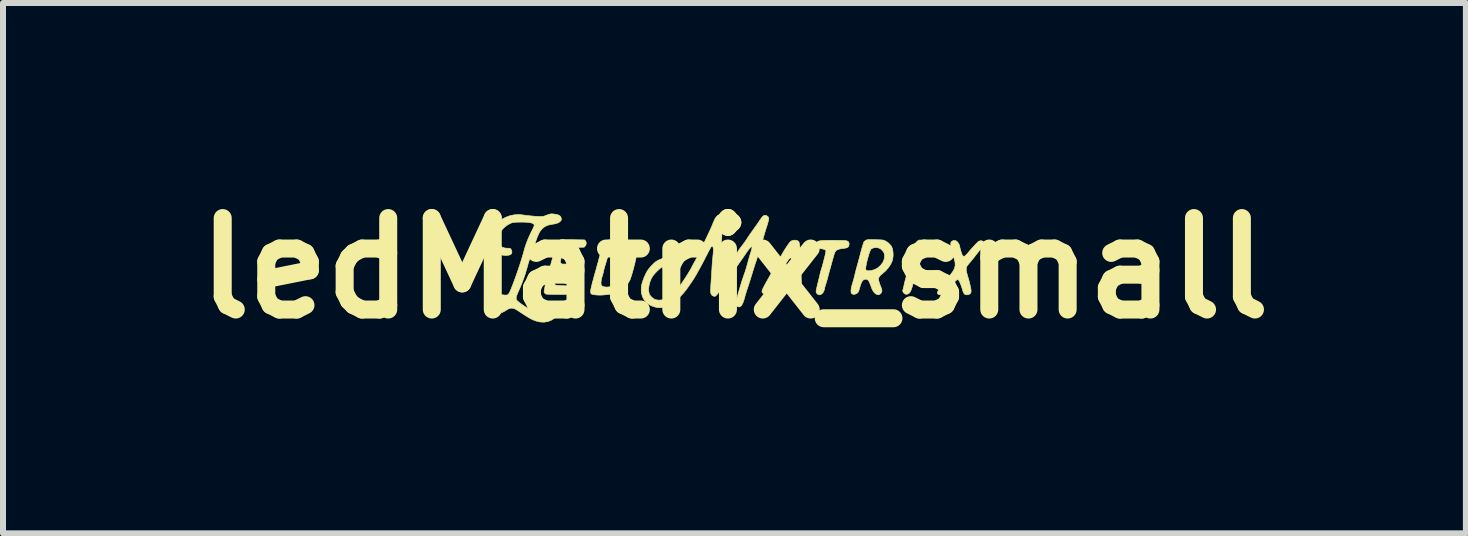
<source format=kicad_pcb>
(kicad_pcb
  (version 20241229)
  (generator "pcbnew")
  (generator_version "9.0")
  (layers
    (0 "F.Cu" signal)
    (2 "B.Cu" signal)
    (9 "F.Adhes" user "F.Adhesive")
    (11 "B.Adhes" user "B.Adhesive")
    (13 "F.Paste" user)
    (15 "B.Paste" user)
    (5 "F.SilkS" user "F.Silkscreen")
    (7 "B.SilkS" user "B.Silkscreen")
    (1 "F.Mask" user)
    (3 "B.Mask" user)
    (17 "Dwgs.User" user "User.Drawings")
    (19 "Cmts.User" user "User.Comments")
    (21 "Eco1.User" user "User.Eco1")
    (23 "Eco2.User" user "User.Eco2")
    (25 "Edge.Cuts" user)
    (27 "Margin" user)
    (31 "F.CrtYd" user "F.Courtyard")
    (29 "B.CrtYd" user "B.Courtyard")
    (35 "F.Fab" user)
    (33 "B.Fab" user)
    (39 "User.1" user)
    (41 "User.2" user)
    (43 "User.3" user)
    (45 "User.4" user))
  (footprint "ledMatrix_small"
    (layer "F.Cu")
    (at 9.188 1.418)
    (property "Reference" "ledMatrix_small" (at 0 0 0) (layer "F.SilkS") (effects (font (size 1.524 1.524) (thickness 0.3))))
    (attr through_hole)
    (fp_poly (pts (xy 3.126 -0.46) (xy 3.14 -0.443) (xy 3.147 -0.419) (xy 3.146 -0.401) (xy 3.14 -0.372) (xy 3.131 -0.334) (xy 3.121 -0.291) (xy 3.109 -0.247) (xy 3.098 -0.206) (xy 3.087 -0.171) (xy 3.086 -0.167) (xy 3.075 -0.132) (xy 3.064 -0.091) (xy 3.054 -0.051) (xy 3.05 -0.038) (xy 3.042 -0.003) (xy 3.031 0.038) (xy 3.02 0.079) (xy 3.013 0.105) (xy 3.002 0.144) (xy 2.991 0.189) (xy 2.98 0.233) (xy 2.975 0.257) (xy 2.964 0.304) (xy 2.95 0.346) (xy 2.936 0.381) (xy 2.92 0.407) (xy 2.906 0.422) (xy 2.879 0.434) (xy 2.852 0.434) (xy 2.835 0.426) (xy 2.821 0.414) (xy 2.809 0.397) (xy 2.803 0.38) (xy 2.804 0.367) (xy 2.804 0.367) (xy 2.807 0.359) (xy 2.812 0.341) (xy 2.818 0.315) (xy 2.825 0.285) (xy 2.826 0.279) (xy 2.835 0.239) (xy 2.847 0.195) (xy 2.858 0.153) (xy 2.867 0.125) (xy 2.878 0.087) (xy 2.89 0.044) (xy 2.901 0.003) (xy 2.905 -0.016) (xy 2.915 -0.054) (xy 2.926 -0.097) (xy 2.938 -0.138) (xy 2.943 -0.156) (xy 2.953 -0.19) (xy 2.965 -0.232) (xy 2.978 -0.275) (xy 2.988 -0.311) (xy 3 -0.355) (xy 3.01 -0.388) (xy 3.02 -0.413) (xy 3.03 -0.431) (xy 3.041 -0.445) (xy 3.053 -0.455) (xy 3.054 -0.456) (xy 3.08 -0.468) (xy 3.105 -0.469) (xy 3.126 -0.46)) (stroke (width 0.01) (type solid)) (fill yes) (layer "F.SilkS"))
    (fp_poly (pts (xy 1.696 -0.463) (xy 1.742 -0.462) (xy 1.783 -0.462) (xy 1.818 -0.461) (xy 1.845 -0.459) (xy 1.862 -0.458) (xy 1.864 -0.457) (xy 1.89 -0.447) (xy 1.905 -0.43) (xy 1.91 -0.406) (xy 1.91 -0.395) (xy 1.905 -0.372) (xy 1.897 -0.356) (xy 1.882 -0.344) (xy 1.859 -0.336) (xy 1.827 -0.33) (xy 1.805 -0.327) (xy 1.761 -0.321) (xy 1.728 -0.312) (xy 1.704 -0.301) (xy 1.686 -0.284) (xy 1.672 -0.261) (xy 1.661 -0.232) (xy 1.654 -0.208) (xy 1.645 -0.176) (xy 1.634 -0.136) (xy 1.621 -0.093) (xy 1.609 -0.046) (xy 1.596 0.000052) (xy 1.583 0.045) (xy 1.572 0.086) (xy 1.563 0.12) (xy 1.556 0.147) (xy 1.553 0.162) (xy 1.545 0.19) (xy 1.535 0.224) (xy 1.525 0.256) (xy 1.524 0.259) (xy 1.515 0.284) (xy 1.509 0.306) (xy 1.505 0.32) (xy 1.505 0.323) (xy 1.501 0.349) (xy 1.49 0.379) (xy 1.476 0.407) (xy 1.463 0.422) (xy 1.439 0.44) (xy 1.415 0.445) (xy 1.392 0.438) (xy 1.377 0.426) (xy 1.369 0.416) (xy 1.363 0.406) (xy 1.36 0.394) (xy 1.361 0.377) (xy 1.365 0.354) (xy 1.372 0.323) (xy 1.381 0.283) (xy 1.391 0.243) (xy 1.402 0.2) (xy 1.412 0.158) (xy 1.419 0.124) (xy 1.42 0.124) (xy 1.428 0.088) (xy 1.439 0.048) (xy 1.449 0.012) (xy 1.454 -0.003) (xy 1.462 -0.028) (xy 1.47 -0.059) (xy 1.48 -0.095) (xy 1.49 -0.134) (xy 1.5 -0.173) (xy 1.509 -0.209) (xy 1.516 -0.241) (xy 1.521 -0.266) (xy 1.524 -0.282) (xy 1.524 -0.285) (xy 1.519 -0.299) (xy 1.505 -0.309) (xy 1.48 -0.317) (xy 1.445 -0.324) (xy 1.41 -0.33) (xy 1.385 -0.338) (xy 1.369 -0.35) (xy 1.359 -0.365) (xy 1.358 -0.367) (xy 1.353 -0.395) (xy 1.36 -0.419) (xy 1.377 -0.438) (xy 1.405 -0.452) (xy 1.43 -0.457) (xy 1.448 -0.459) (xy 1.476 -0.461) (xy 1.513 -0.462) (xy 1.555 -0.462) (xy 1.601 -0.463) (xy 1.649 -0.463) (xy 1.696 -0.463)) (stroke (width 0.01) (type solid)) (fill yes) (layer "F.SilkS"))
    (fp_poly (pts (xy 1.021 -0.465) (xy 1.047 -0.459) (xy 1.066 -0.447) (xy 1.071 -0.441) (xy 1.077 -0.427) (xy 1.083 -0.405) (xy 1.088 -0.373) (xy 1.092 -0.332) (xy 1.096 -0.281) (xy 1.099 -0.219) (xy 1.102 -0.145) (xy 1.105 -0.073) (xy 1.107 -0.016) (xy 1.108 0.041) (xy 1.11 0.095) (xy 1.112 0.145) (xy 1.113 0.188) (xy 1.115 0.222) (xy 1.115 0.239) (xy 1.117 0.29) (xy 1.117 0.331) (xy 1.114 0.362) (xy 1.109 0.386) (xy 1.1 0.404) (xy 1.093 0.413) (xy 1.071 0.43) (xy 1.046 0.435) (xy 1.024 0.431) (xy 1.009 0.425) (xy 0.998 0.415) (xy 0.99 0.398) (xy 0.984 0.374) (xy 0.979 0.34) (xy 0.977 0.324) (xy 0.972 0.278) (xy 0.966 0.243) (xy 0.957 0.217) (xy 0.944 0.2) (xy 0.925 0.19) (xy 0.899 0.184) (xy 0.864 0.183) (xy 0.836 0.183) (xy 0.797 0.184) (xy 0.769 0.187) (xy 0.748 0.191) (xy 0.734 0.196) (xy 0.705 0.215) (xy 0.678 0.243) (xy 0.655 0.278) (xy 0.653 0.281) (xy 0.641 0.304) (xy 0.626 0.328) (xy 0.622 0.334) (xy 0.609 0.355) (xy 0.598 0.376) (xy 0.595 0.382) (xy 0.58 0.407) (xy 0.557 0.422) (xy 0.526 0.428) (xy 0.516 0.429) (xy 0.494 0.428) (xy 0.481 0.424) (xy 0.472 0.416) (xy 0.468 0.411) (xy 0.461 0.401) (xy 0.458 0.392) (xy 0.459 0.381) (xy 0.465 0.363) (xy 0.467 0.357) (xy 0.474 0.339) (xy 0.487 0.313) (xy 0.503 0.282) (xy 0.521 0.248) (xy 0.532 0.229) (xy 0.552 0.194) (xy 0.572 0.159) (xy 0.589 0.128) (xy 0.603 0.102) (xy 0.608 0.093) (xy 0.62 0.07) (xy 0.636 0.041) (xy 0.656 0.008) (xy 0.659 0.003) (xy 0.826 0.003) (xy 0.829 0.019) (xy 0.835 0.028) (xy 0.851 0.036) (xy 0.873 0.038) (xy 0.898 0.036) (xy 0.92 0.028) (xy 0.926 0.025) (xy 0.947 0.005) (xy 0.96 -0.025) (xy 0.965 -0.063) (xy 0.961 -0.111) (xy 0.957 -0.133) (xy 0.95 -0.157) (xy 0.941 -0.169) (xy 0.93 -0.17) (xy 0.915 -0.158) (xy 0.896 -0.136) (xy 0.896 -0.135) (xy 0.877 -0.108) (xy 0.859 -0.078) (xy 0.844 -0.049) (xy 0.832 -0.023) (xy 0.826 -0.003) (xy 0.826 0.003) (xy 0.659 0.003) (xy 0.675 -0.024) (xy 0.676 -0.026) (xy 0.697 -0.059) (xy 0.718 -0.095) (xy 0.737 -0.129) (xy 0.751 -0.156) (xy 0.772 -0.197) (xy 0.796 -0.239) (xy 0.821 -0.282) (xy 0.847 -0.323) (xy 0.872 -0.362) (xy 0.895 -0.395) (xy 0.915 -0.423) (xy 0.931 -0.441) (xy 0.939 -0.449) (xy 0.964 -0.46) (xy 0.992 -0.466) (xy 1.021 -0.465)) (stroke (width 0.01) (type solid)) (fill yes) (layer "F.SilkS"))
    (fp_poly (pts (xy 3.677 -0.459) (xy 3.684 -0.457) (xy 3.702 -0.449) (xy 3.716 -0.437) (xy 3.73 -0.417) (xy 3.732 -0.414) (xy 3.743 -0.394) (xy 3.75 -0.378) (xy 3.752 -0.369) (xy 3.754 -0.354) (xy 3.759 -0.332) (xy 3.767 -0.304) (xy 3.775 -0.275) (xy 3.784 -0.248) (xy 3.792 -0.226) (xy 3.799 -0.212) (xy 3.8 -0.21) (xy 3.812 -0.2) (xy 3.824 -0.197) (xy 3.837 -0.201) (xy 3.854 -0.215) (xy 3.875 -0.237) (xy 3.891 -0.255) (xy 3.93 -0.302) (xy 3.967 -0.343) (xy 4 -0.379) (xy 4.028 -0.409) (xy 4.05 -0.431) (xy 4.066 -0.445) (xy 4.071 -0.448) (xy 4.097 -0.456) (xy 4.121 -0.456) (xy 4.14 -0.447) (xy 4.154 -0.432) (xy 4.159 -0.412) (xy 4.154 -0.389) (xy 4.152 -0.385) (xy 4.145 -0.375) (xy 4.132 -0.357) (xy 4.115 -0.335) (xy 4.096 -0.311) (xy 4.071 -0.28) (xy 4.044 -0.246) (xy 4.018 -0.213) (xy 4.005 -0.195) (xy 3.981 -0.165) (xy 3.953 -0.131) (xy 3.927 -0.099) (xy 3.917 -0.088) (xy 3.898 -0.065) (xy 3.882 -0.044) (xy 3.871 -0.028) (xy 3.867 -0.021) (xy 3.862 0.002) (xy 3.862 0.031) (xy 3.868 0.068) (xy 3.88 0.114) (xy 3.883 0.125) (xy 3.899 0.177) (xy 3.913 0.228) (xy 3.924 0.276) (xy 3.934 0.317) (xy 3.94 0.352) (xy 3.943 0.376) (xy 3.943 0.381) (xy 3.939 0.409) (xy 3.925 0.428) (xy 3.901 0.44) (xy 3.884 0.443) (xy 3.86 0.443) (xy 3.841 0.438) (xy 3.826 0.425) (xy 3.814 0.403) (xy 3.802 0.37) (xy 3.797 0.352) (xy 3.788 0.32) (xy 3.775 0.284) (xy 3.762 0.252) (xy 3.762 0.251) (xy 3.75 0.226) (xy 3.74 0.207) (xy 3.731 0.195) (xy 3.72 0.191) (xy 3.707 0.194) (xy 3.691 0.206) (xy 3.671 0.226) (xy 3.646 0.256) (xy 3.614 0.295) (xy 3.604 0.308) (xy 3.568 0.351) (xy 3.538 0.386) (xy 3.515 0.412) (xy 3.497 0.429) (xy 3.489 0.435) (xy 3.465 0.442) (xy 3.438 0.445) (xy 3.413 0.442) (xy 3.394 0.435) (xy 3.391 0.432) (xy 3.381 0.419) (xy 3.38 0.405) (xy 3.386 0.389) (xy 3.4 0.366) (xy 3.407 0.358) (xy 3.42 0.34) (xy 3.439 0.315) (xy 3.462 0.285) (xy 3.487 0.253) (xy 3.508 0.225) (xy 3.534 0.191) (xy 3.56 0.157) (xy 3.585 0.126) (xy 3.606 0.099) (xy 3.618 0.084) (xy 3.648 0.041) (xy 3.668 -0.001) (xy 3.677 -0.044) (xy 3.676 -0.09) (xy 3.665 -0.142) (xy 3.661 -0.153) (xy 3.654 -0.179) (xy 3.645 -0.213) (xy 3.635 -0.252) (xy 3.625 -0.292) (xy 3.622 -0.304) (xy 3.612 -0.347) (xy 3.606 -0.38) (xy 3.604 -0.405) (xy 3.605 -0.423) (xy 3.611 -0.436) (xy 3.621 -0.446) (xy 3.634 -0.454) (xy 3.649 -0.461) (xy 3.662 -0.463) (xy 3.677 -0.459)) (stroke (width 0.01) (type solid)) (fill yes) (layer "F.SilkS"))
    (fp_poly (pts (xy -2.756 -0.475) (xy -2.699 -0.474) (xy -2.687 -0.474) (xy -2.64 -0.473) (xy -2.597 -0.472) (xy -2.559 -0.472) (xy -2.529 -0.471) (xy -2.508 -0.471) (xy -2.498 -0.47) (xy -2.497 -0.47) (xy -2.493 -0.466) (xy -2.483 -0.456) (xy -2.472 -0.435) (xy -2.47 -0.41) (xy -2.476 -0.385) (xy -2.488 -0.368) (xy -2.505 -0.349) (xy -2.629 -0.346) (xy -2.683 -0.344) (xy -2.726 -0.342) (xy -2.759 -0.339) (xy -2.785 -0.335) (xy -2.804 -0.33) (xy -2.818 -0.324) (xy -2.83 -0.316) (xy -2.834 -0.313) (xy -2.847 -0.294) (xy -2.861 -0.263) (xy -2.875 -0.22) (xy -2.889 -0.165) (xy -2.893 -0.144) (xy -2.899 -0.119) (xy -2.901 -0.104) (xy -2.9 -0.094) (xy -2.896 -0.087) (xy -2.89 -0.081) (xy -2.881 -0.073) (xy -2.869 -0.069) (xy -2.852 -0.068) (xy -2.833 -0.068) (xy -2.805 -0.069) (xy -2.772 -0.068) (xy -2.739 -0.066) (xy -2.737 -0.066) (xy -2.71 -0.064) (xy -2.692 -0.06) (xy -2.68 -0.055) (xy -2.669 -0.048) (xy -2.666 -0.044) (xy -2.654 -0.029) (xy -2.649 -0.013) (xy -2.648 0.003) (xy -2.649 0.026) (xy -2.654 0.044) (xy -2.665 0.057) (xy -2.681 0.066) (xy -2.706 0.072) (xy -2.74 0.075) (xy -2.785 0.076) (xy -2.8 0.076) (xy -2.849 0.077) (xy -2.887 0.08) (xy -2.917 0.085) (xy -2.939 0.095) (xy -2.955 0.109) (xy -2.968 0.129) (xy -2.979 0.155) (xy -2.982 0.163) (xy -2.994 0.205) (xy -2.999 0.239) (xy -2.996 0.264) (xy -2.985 0.28) (xy -2.979 0.283) (xy -2.97 0.285) (xy -2.95 0.287) (xy -2.922 0.289) (xy -2.888 0.291) (xy -2.857 0.292) (xy -2.804 0.295) (xy -2.763 0.299) (xy -2.731 0.305) (xy -2.709 0.312) (xy -2.693 0.323) (xy -2.684 0.337) (xy -2.68 0.354) (xy -2.68 0.365) (xy -2.682 0.386) (xy -2.688 0.403) (xy -2.69 0.405) (xy -2.696 0.414) (xy -2.704 0.421) (xy -2.713 0.427) (xy -2.726 0.431) (xy -2.743 0.434) (xy -2.767 0.436) (xy -2.798 0.437) (xy -2.838 0.438) (xy -2.889 0.438) (xy -2.932 0.438) (xy -2.981 0.437) (xy -3.027 0.437) (xy -3.067 0.436) (xy -3.1 0.435) (xy -3.125 0.434) (xy -3.139 0.432) (xy -3.141 0.432) (xy -3.155 0.422) (xy -3.166 0.41) (xy -3.169 0.404) (xy -3.171 0.397) (xy -3.172 0.387) (xy -3.17 0.372) (xy -3.166 0.35) (xy -3.16 0.32) (xy -3.153 0.281) (xy -3.143 0.239) (xy -3.133 0.194) (xy -3.122 0.152) (xy -3.112 0.116) (xy -3.107 0.099) (xy -3.08 0.01) (xy -3.054 -0.086) (xy -3.026 -0.189) (xy -3.01 -0.255) (xy -2.996 -0.308) (xy -2.984 -0.35) (xy -2.974 -0.383) (xy -2.965 -0.408) (xy -2.957 -0.426) (xy -2.948 -0.439) (xy -2.939 -0.448) (xy -2.929 -0.456) (xy -2.919 -0.463) (xy -2.906 -0.468) (xy -2.889 -0.471) (xy -2.867 -0.474) (xy -2.839 -0.475) (xy -2.802 -0.475) (xy -2.756 -0.475)) (stroke (width 0.01) (type solid)) (fill yes) (layer "F.SilkS"))
    (fp_poly (pts (xy -1.957 -0.474) (xy -1.911 -0.471) (xy -1.86 -0.467) (xy -1.819 -0.462) (xy -1.786 -0.454) (xy -1.759 -0.444) (xy -1.736 -0.43) (xy -1.713 -0.412) (xy -1.701 -0.401) (xy -1.671 -0.366) (xy -1.652 -0.329) (xy -1.641 -0.288) (xy -1.637 -0.239) (xy -1.637 -0.235) (xy -1.638 -0.206) (xy -1.64 -0.177) (xy -1.643 -0.155) (xy -1.644 -0.152) (xy -1.656 -0.098) (xy -1.67 -0.042) (xy -1.684 0.013) (xy -1.699 0.065) (xy -1.713 0.114) (xy -1.727 0.155) (xy -1.738 0.188) (xy -1.746 0.206) (xy -1.772 0.25) (xy -1.805 0.291) (xy -1.848 0.332) (xy -1.851 0.334) (xy -1.887 0.364) (xy -1.921 0.387) (xy -1.955 0.405) (xy -1.992 0.418) (xy -2.034 0.428) (xy -2.084 0.436) (xy -2.125 0.441) (xy -2.167 0.445) (xy -2.2 0.448) (xy -2.228 0.449) (xy -2.255 0.449) (xy -2.284 0.448) (xy -2.318 0.445) (xy -2.343 0.442) (xy -2.365 0.438) (xy -2.379 0.433) (xy -2.379 0.433) (xy -2.391 0.423) (xy -2.396 0.407) (xy -2.397 0.384) (xy -2.393 0.352) (xy -2.385 0.314) (xy -2.381 0.297) (xy -2.377 0.281) (xy -2.373 0.265) (xy -2.368 0.247) (xy -2.366 0.236) (xy -2.224 0.236) (xy -2.223 0.267) (xy -2.217 0.287) (xy -2.202 0.3) (xy -2.179 0.309) (xy -2.171 0.311) (xy -2.15 0.314) (xy -2.133 0.316) (xy -2.115 0.315) (xy -2.092 0.312) (xy -2.069 0.308) (xy -2.011 0.292) (xy -1.959 0.265) (xy -1.916 0.229) (xy -1.881 0.182) (xy -1.864 0.15) (xy -1.842 0.098) (xy -1.823 0.038) (xy -1.805 -0.027) (xy -1.791 -0.093) (xy -1.785 -0.129) (xy -1.779 -0.176) (xy -1.777 -0.213) (xy -1.779 -0.242) (xy -1.786 -0.265) (xy -1.799 -0.284) (xy -1.817 -0.301) (xy -1.824 -0.307) (xy -1.845 -0.32) (xy -1.867 -0.329) (xy -1.894 -0.334) (xy -1.929 -0.336) (xy -1.952 -0.336) (xy -1.993 -0.335) (xy -2.024 -0.331) (xy -2.047 -0.323) (xy -2.066 -0.309) (xy -2.08 -0.288) (xy -2.092 -0.257) (xy -2.105 -0.217) (xy -2.108 -0.205) (xy -2.119 -0.167) (xy -2.131 -0.125) (xy -2.143 -0.085) (xy -2.149 -0.064) (xy -2.16 -0.03) (xy -2.17 0.005) (xy -2.178 0.037) (xy -2.181 0.051) (xy -2.188 0.083) (xy -2.198 0.118) (xy -2.207 0.146) (xy -2.215 0.176) (xy -2.221 0.209) (xy -2.224 0.236) (xy -2.366 0.236) (xy -2.363 0.226) (xy -2.356 0.202) (xy -2.348 0.172) (xy -2.339 0.137) (xy -2.327 0.094) (xy -2.312 0.042) (xy -2.295 -0.02) (xy -2.275 -0.092) (xy -2.273 -0.098) (xy -2.261 -0.145) (xy -2.249 -0.188) (xy -2.239 -0.226) (xy -2.231 -0.257) (xy -2.225 -0.28) (xy -2.223 -0.292) (xy -2.222 -0.294) (xy -2.22 -0.308) (xy -2.214 -0.329) (xy -2.205 -0.356) (xy -2.194 -0.383) (xy -2.183 -0.408) (xy -2.181 -0.414) (xy -2.168 -0.433) (xy -2.151 -0.449) (xy -2.128 -0.461) (xy -2.098 -0.469) (xy -2.061 -0.473) (xy -2.014 -0.475) (xy -1.957 -0.474)) (stroke (width 0.01) (type solid)) (fill yes) (layer "F.SilkS"))
    (fp_poly (pts (xy 2.293 -0.475) (xy 2.336 -0.475) (xy 2.344 -0.474) (xy 2.388 -0.473) (xy 2.422 -0.472) (xy 2.447 -0.471) (xy 2.466 -0.469) (xy 2.481 -0.466) (xy 2.493 -0.463) (xy 2.505 -0.458) (xy 2.51 -0.455) (xy 2.548 -0.433) (xy 2.583 -0.403) (xy 2.611 -0.37) (xy 2.62 -0.354) (xy 2.634 -0.317) (xy 2.641 -0.272) (xy 2.644 -0.224) (xy 2.64 -0.175) (xy 2.631 -0.129) (xy 2.627 -0.117) (xy 2.601 -0.061) (xy 2.563 -0.006) (xy 2.516 0.048) (xy 2.459 0.097) (xy 2.456 0.1) (xy 2.426 0.126) (xy 2.408 0.151) (xy 2.401 0.175) (xy 2.4 0.18) (xy 2.403 0.204) (xy 2.411 0.235) (xy 2.423 0.272) (xy 2.438 0.309) (xy 2.451 0.344) (xy 2.457 0.371) (xy 2.455 0.393) (xy 2.446 0.412) (xy 2.436 0.423) (xy 2.416 0.439) (xy 2.396 0.444) (xy 2.373 0.438) (xy 2.363 0.434) (xy 2.335 0.414) (xy 2.31 0.382) (xy 2.289 0.34) (xy 2.28 0.316) (xy 2.264 0.272) (xy 2.25 0.239) (xy 2.238 0.215) (xy 2.225 0.199) (xy 2.212 0.189) (xy 2.197 0.185) (xy 2.184 0.184) (xy 2.162 0.188) (xy 2.143 0.2) (xy 2.126 0.22) (xy 2.111 0.251) (xy 2.096 0.293) (xy 2.09 0.318) (xy 2.079 0.354) (xy 2.07 0.381) (xy 2.06 0.4) (xy 2.049 0.413) (xy 2.035 0.423) (xy 2.032 0.425) (xy 2.003 0.436) (xy 1.976 0.436) (xy 1.955 0.426) (xy 1.944 0.41) (xy 1.941 0.383) (xy 1.944 0.346) (xy 1.953 0.301) (xy 1.965 0.259) (xy 1.976 0.223) (xy 1.988 0.181) (xy 1.999 0.138) (xy 2.006 0.108) (xy 2.015 0.073) (xy 2.024 0.037) (xy 2.028 0.018) (xy 2.186 0.018) (xy 2.187 0.022) (xy 2.196 0.035) (xy 2.215 0.043) (xy 2.245 0.044) (xy 2.285 0.038) (xy 2.287 0.038) (xy 2.34 0.022) (xy 2.388 -0.005) (xy 2.431 -0.042) (xy 2.466 -0.087) (xy 2.48 -0.112) (xy 2.494 -0.15) (xy 2.501 -0.189) (xy 2.5 -0.227) (xy 2.495 -0.245) (xy 2.482 -0.272) (xy 2.46 -0.298) (xy 2.434 -0.321) (xy 2.416 -0.331) (xy 2.386 -0.34) (xy 2.353 -0.343) (xy 2.322 -0.339) (xy 2.294 -0.329) (xy 2.274 -0.315) (xy 2.271 -0.31) (xy 2.261 -0.291) (xy 2.25 -0.263) (xy 2.239 -0.228) (xy 2.227 -0.188) (xy 2.215 -0.146) (xy 2.205 -0.104) (xy 2.197 -0.064) (xy 2.19 -0.029) (xy 2.187 -0.001) (xy 2.186 0.018) (xy 2.028 0.018) (xy 2.032 0.006) (xy 2.038 -0.016) (xy 2.043 -0.034) (xy 2.051 -0.062) (xy 2.061 -0.098) (xy 2.072 -0.14) (xy 2.085 -0.187) (xy 2.097 -0.235) (xy 2.099 -0.241) (xy 2.111 -0.288) (xy 2.123 -0.331) (xy 2.134 -0.369) (xy 2.144 -0.401) (xy 2.151 -0.423) (xy 2.156 -0.436) (xy 2.157 -0.437) (xy 2.171 -0.451) (xy 2.189 -0.464) (xy 2.191 -0.465) (xy 2.199 -0.469) (xy 2.209 -0.472) (xy 2.221 -0.474) (xy 2.238 -0.475) (xy 2.261 -0.476) (xy 2.293 -0.475)) (stroke (width 0.01) (type solid)) (fill yes) (layer "F.SilkS"))
    (fp_poly (pts (xy -3.014 -0.902) (xy -3.005 -0.901) (xy -2.983 -0.897) (xy -2.964 -0.894) (xy -2.955 -0.892) (xy -2.93 -0.884) (xy -2.907 -0.869) (xy -2.893 -0.851) (xy -2.884 -0.825) (xy -2.886 -0.802) (xy -2.902 -0.78) (xy -2.904 -0.778) (xy -2.926 -0.761) (xy -2.957 -0.748) (xy -2.998 -0.737) (xy -3.045 -0.73) (xy -3.104 -0.717) (xy -3.155 -0.695) (xy -3.197 -0.664) (xy -3.233 -0.622) (xy -3.236 -0.618) (xy -3.248 -0.599) (xy -3.258 -0.579) (xy -3.269 -0.556) (xy -3.281 -0.529) (xy -3.294 -0.495) (xy -3.309 -0.453) (xy -3.326 -0.402) (xy -3.345 -0.346) (xy -3.36 -0.301) (xy -3.374 -0.257) (xy -3.389 -0.216) (xy -3.401 -0.18) (xy -3.411 -0.153) (xy -3.414 -0.144) (xy -3.425 -0.113) (xy -3.437 -0.075) (xy -3.448 -0.037) (xy -3.454 -0.013) (xy -3.47 0.042) (xy -3.489 0.105) (xy -3.512 0.171) (xy -3.536 0.236) (xy -3.56 0.295) (xy -3.575 0.331) (xy -3.598 0.382) (xy -3.616 0.422) (xy -3.628 0.455) (xy -3.635 0.48) (xy -3.638 0.5) (xy -3.636 0.516) (xy -3.63 0.53) (xy -3.62 0.543) (xy -3.612 0.55) (xy -3.582 0.575) (xy -3.544 0.603) (xy -3.5 0.633) (xy -3.453 0.664) (xy -3.404 0.693) (xy -3.358 0.719) (xy -3.316 0.741) (xy -3.302 0.747) (xy -3.265 0.761) (xy -3.227 0.771) (xy -3.193 0.776) (xy -3.165 0.775) (xy -3.165 0.775) (xy -3.143 0.77) (xy -3.123 0.761) (xy -3.102 0.747) (xy -3.076 0.726) (xy -3.056 0.708) (xy -3.033 0.689) (xy -3.017 0.676) (xy -3.004 0.67) (xy -2.992 0.667) (xy -2.985 0.667) (xy -2.962 0.671) (xy -2.947 0.683) (xy -2.939 0.701) (xy -2.939 0.724) (xy -2.946 0.75) (xy -2.959 0.777) (xy -2.977 0.804) (xy -3 0.83) (xy -3.028 0.853) (xy -3.057 0.87) (xy -3.114 0.891) (xy -3.174 0.9) (xy -3.236 0.897) (xy -3.273 0.889) (xy -3.301 0.882) (xy -3.326 0.873) (xy -3.351 0.864) (xy -3.377 0.852) (xy -3.405 0.837) (xy -3.437 0.819) (xy -3.475 0.795) (xy -3.52 0.767) (xy -3.573 0.732) (xy -3.589 0.721) (xy -3.62 0.701) (xy -3.643 0.687) (xy -3.661 0.678) (xy -3.676 0.672) (xy -3.69 0.669) (xy -3.702 0.668) (xy -3.719 0.667) (xy -3.734 0.668) (xy -3.75 0.673) (xy -3.768 0.681) (xy -3.791 0.693) (xy -3.822 0.712) (xy -3.827 0.716) (xy -3.882 0.744) (xy -3.939 0.763) (xy -3.995 0.772) (xy -4.048 0.772) (xy -4.066 0.769) (xy -4.1 0.758) (xy -4.124 0.742) (xy -4.144 0.717) (xy -4.148 0.709) (xy -4.161 0.671) (xy -4.162 0.63) (xy -4.16 0.625) (xy -4.018 0.625) (xy -4.017 0.636) (xy -4.006 0.643) (xy -4.005 0.643) (xy -3.98 0.644) (xy -3.952 0.638) (xy -3.937 0.632) (xy -3.916 0.618) (xy -3.904 0.603) (xy -3.901 0.59) (xy -3.903 0.585) (xy -3.915 0.577) (xy -3.934 0.572) (xy -3.956 0.572) (xy -3.966 0.574) (xy -3.985 0.582) (xy -4.002 0.595) (xy -4.013 0.61) (xy -4.018 0.625) (xy -4.16 0.625) (xy -4.152 0.589) (xy -4.131 0.549) (xy -4.102 0.514) (xy -4.073 0.49) (xy -4.041 0.471) (xy -4.002 0.457) (xy -3.965 0.448) (xy -3.937 0.442) (xy -3.914 0.44) (xy -3.89 0.441) (xy -3.86 0.445) (xy -3.825 0.449) (xy -3.8 0.449) (xy -3.782 0.445) (xy -3.769 0.436) (xy -3.757 0.421) (xy -3.756 0.42) (xy -3.747 0.404) (xy -3.735 0.376) (xy -3.719 0.339) (xy -3.702 0.295) (xy -3.683 0.245) (xy -3.662 0.189) (xy -3.641 0.131) (xy -3.62 0.071) (xy -3.599 0.01) (xy -3.579 -0.049) (xy -3.561 -0.105) (xy -3.545 -0.157) (xy -3.531 -0.204) (xy -3.52 -0.241) (xy -3.494 -0.335) (xy -3.466 -0.42) (xy -3.433 -0.502) (xy -3.395 -0.585) (xy -3.373 -0.628) (xy -3.354 -0.667) (xy -3.342 -0.696) (xy -3.336 -0.714) (xy -3.336 -0.721) (xy -3.347 -0.736) (xy -3.37 -0.749) (xy -3.404 -0.758) (xy -3.451 -0.764) (xy -3.511 -0.767) (xy -3.576 -0.767) (xy -3.618 -0.766) (xy -3.649 -0.765) (xy -3.673 -0.763) (xy -3.692 -0.76) (xy -3.707 -0.756) (xy -3.722 -0.751) (xy -3.774 -0.725) (xy -3.821 -0.691) (xy -3.863 -0.652) (xy -3.897 -0.609) (xy -3.923 -0.563) (xy -3.938 -0.516) (xy -3.942 -0.493) (xy -3.942 -0.454) (xy -3.934 -0.421) (xy -3.916 -0.392) (xy -3.904 -0.377) (xy -3.874 -0.352) (xy -3.839 -0.338) (xy -3.796 -0.332) (xy -3.779 -0.332) (xy -3.757 -0.332) (xy -3.743 -0.33) (xy -3.733 -0.325) (xy -3.724 -0.316) (xy -3.712 -0.294) (xy -3.708 -0.269) (xy -3.714 -0.245) (xy -3.72 -0.236) (xy -3.736 -0.224) (xy -3.763 -0.216) (xy -3.795 -0.212) (xy -3.831 -0.213) (xy -3.867 -0.217) (xy -3.902 -0.226) (xy -3.926 -0.236) (xy -3.953 -0.253) (xy -3.982 -0.278) (xy -4.009 -0.306) (xy -4.031 -0.334) (xy -4.042 -0.352) (xy -4.056 -0.391) (xy -4.066 -0.438) (xy -4.07 -0.485) (xy -4.069 -0.512) (xy -4.062 -0.547) (xy -4.048 -0.587) (xy -4.028 -0.631) (xy -4.004 -0.675) (xy -3.977 -0.716) (xy -3.949 -0.751) (xy -3.929 -0.771) (xy -3.874 -0.814) (xy -3.811 -0.848) (xy -3.743 -0.873) (xy -3.673 -0.888) (xy -3.603 -0.893) (xy -3.553 -0.89) (xy -3.466 -0.878) (xy -3.389 -0.87) (xy -3.323 -0.864) (xy -3.269 -0.861) (xy -3.254 -0.861) (xy -3.222 -0.861) (xy -3.199 -0.862) (xy -3.18 -0.865) (xy -3.161 -0.871) (xy -3.139 -0.879) (xy -3.137 -0.88) (xy -3.1 -0.894) (xy -3.07 -0.902) (xy -3.043 -0.905) (xy -3.014 -0.902)) (stroke (width 0.01) (type solid)) (fill yes) (layer "F.SilkS"))
    (fp_poly (pts (xy -0.228 -0.879) (xy -0.213 -0.868) (xy -0.204 -0.848) (xy -0.2 -0.833) (xy -0.199 -0.819) (xy -0.199 -0.794) (xy -0.199 -0.759) (xy -0.201 -0.718) (xy -0.203 -0.67) (xy -0.205 -0.619) (xy -0.209 -0.565) (xy -0.212 -0.511) (xy -0.216 -0.458) (xy -0.221 -0.408) (xy -0.222 -0.391) (xy -0.226 -0.345) (xy -0.23 -0.297) (xy -0.234 -0.251) (xy -0.237 -0.211) (xy -0.238 -0.184) (xy -0.241 -0.144) (xy -0.244 -0.097) (xy -0.248 -0.051) (xy -0.25 -0.022) (xy -0.254 0.025) (xy -0.256 0.06) (xy -0.255 0.086) (xy -0.251 0.104) (xy -0.244 0.114) (xy -0.244 0.115) (xy -0.234 0.117) (xy -0.22 0.108) (xy -0.201 0.089) (xy -0.178 0.059) (xy -0.149 0.019) (xy -0.145 0.013) (xy -0.122 -0.02) (xy -0.095 -0.058) (xy -0.068 -0.096) (xy -0.048 -0.124) (xy -0.023 -0.157) (xy 0.003 -0.195) (xy 0.028 -0.232) (xy 0.045 -0.259) (xy 0.067 -0.293) (xy 0.092 -0.329) (xy 0.118 -0.364) (xy 0.131 -0.381) (xy 0.154 -0.411) (xy 0.177 -0.443) (xy 0.198 -0.473) (xy 0.207 -0.487) (xy 0.221 -0.509) (xy 0.24 -0.537) (xy 0.263 -0.571) (xy 0.289 -0.607) (xy 0.311 -0.638) (xy 0.337 -0.675) (xy 0.364 -0.713) (xy 0.39 -0.75) (xy 0.412 -0.782) (xy 0.425 -0.803) (xy 0.449 -0.836) (xy 0.468 -0.86) (xy 0.486 -0.874) (xy 0.503 -0.88) (xy 0.521 -0.879) (xy 0.531 -0.876) (xy 0.555 -0.863) (xy 0.568 -0.842) (xy 0.572 -0.821) (xy 0.57 -0.808) (xy 0.564 -0.786) (xy 0.557 -0.757) (xy 0.547 -0.723) (xy 0.541 -0.704) (xy 0.527 -0.662) (xy 0.513 -0.615) (xy 0.499 -0.57) (xy 0.488 -0.531) (xy 0.486 -0.524) (xy 0.475 -0.486) (xy 0.462 -0.447) (xy 0.45 -0.41) (xy 0.441 -0.383) (xy 0.431 -0.354) (xy 0.419 -0.317) (xy 0.408 -0.277) (xy 0.398 -0.24) (xy 0.388 -0.203) (xy 0.376 -0.164) (xy 0.365 -0.129) (xy 0.356 -0.102) (xy 0.348 -0.081) (xy 0.338 -0.05) (xy 0.326 -0.012) (xy 0.312 0.032) (xy 0.298 0.078) (xy 0.286 0.118) (xy 0.271 0.166) (xy 0.256 0.213) (xy 0.242 0.257) (xy 0.23 0.296) (xy 0.219 0.327) (xy 0.213 0.345) (xy 0.202 0.378) (xy 0.19 0.417) (xy 0.178 0.457) (xy 0.171 0.484) (xy 0.155 0.54) (xy 0.139 0.583) (xy 0.122 0.614) (xy 0.105 0.635) (xy 0.086 0.645) (xy 0.065 0.645) (xy 0.055 0.642) (xy 0.037 0.629) (xy 0.026 0.606) (xy 0.024 0.578) (xy 0.026 0.563) (xy 0.031 0.538) (xy 0.04 0.504) (xy 0.051 0.463) (xy 0.063 0.417) (xy 0.078 0.367) (xy 0.093 0.316) (xy 0.109 0.264) (xy 0.124 0.214) (xy 0.14 0.167) (xy 0.154 0.125) (xy 0.166 0.091) (xy 0.177 0.061) (xy 0.189 0.022) (xy 0.202 -0.02) (xy 0.213 -0.061) (xy 0.216 -0.071) (xy 0.227 -0.113) (xy 0.24 -0.159) (xy 0.253 -0.204) (xy 0.265 -0.243) (xy 0.267 -0.248) (xy 0.279 -0.288) (xy 0.287 -0.316) (xy 0.291 -0.337) (xy 0.291 -0.349) (xy 0.289 -0.357) (xy 0.287 -0.358) (xy 0.279 -0.356) (xy 0.265 -0.344) (xy 0.246 -0.322) (xy 0.223 -0.292) (xy 0.196 -0.255) (xy 0.19 -0.244) (xy 0.174 -0.222) (xy 0.153 -0.191) (xy 0.127 -0.153) (xy 0.097 -0.111) (xy 0.066 -0.066) (xy 0.033 -0.019) (xy 0.015 0.006) (xy -0.016 0.052) (xy -0.048 0.097) (xy -0.077 0.139) (xy -0.103 0.178) (xy -0.125 0.21) (xy -0.142 0.236) (xy -0.149 0.246) (xy -0.169 0.278) (xy -0.196 0.316) (xy -0.225 0.356) (xy -0.254 0.395) (xy -0.282 0.43) (xy -0.302 0.453) (xy -0.314 0.465) (xy -0.327 0.469) (xy -0.341 0.468) (xy -0.365 0.46) (xy -0.382 0.444) (xy -0.393 0.421) (xy -0.396 0.41) (xy -0.397 0.396) (xy -0.398 0.377) (xy -0.397 0.35) (xy -0.395 0.315) (xy -0.393 0.269) (xy -0.391 0.244) (xy -0.388 0.194) (xy -0.384 0.14) (xy -0.381 0.086) (xy -0.378 0.037) (xy -0.375 -0.004) (xy -0.375 -0.013) (xy -0.372 -0.058) (xy -0.368 -0.109) (xy -0.363 -0.159) (xy -0.359 -0.203) (xy -0.358 -0.212) (xy -0.354 -0.254) (xy -0.352 -0.286) (xy -0.352 -0.31) (xy -0.354 -0.331) (xy -0.358 -0.35) (xy -0.36 -0.357) (xy -0.366 -0.367) (xy -0.377 -0.365) (xy -0.39 -0.353) (xy -0.391 -0.351) (xy -0.398 -0.34) (xy -0.409 -0.32) (xy -0.424 -0.293) (xy -0.442 -0.259) (xy -0.461 -0.221) (xy -0.475 -0.194) (xy -0.497 -0.151) (xy -0.519 -0.108) (xy -0.54 -0.069) (xy -0.558 -0.034) (xy -0.573 -0.007) (xy -0.578 0.003) (xy -0.597 0.036) (xy -0.618 0.074) (xy -0.638 0.109) (xy -0.643 0.117) (xy -0.667 0.159) (xy -0.697 0.205) (xy -0.73 0.254) (xy -0.764 0.303) (xy -0.797 0.349) (xy -0.828 0.389) (xy -0.854 0.421) (xy -0.855 0.422) (xy -0.915 0.485) (xy -0.976 0.539) (xy -1.037 0.584) (xy -1.097 0.619) (xy -1.155 0.643) (xy -1.186 0.651) (xy -1.222 0.658) (xy -1.253 0.659) (xy -1.284 0.656) (xy -1.312 0.651) (xy -1.373 0.632) (xy -1.427 0.604) (xy -1.472 0.568) (xy -1.508 0.524) (xy -1.534 0.474) (xy -1.549 0.417) (xy -1.551 0.409) (xy -1.554 0.362) (xy -1.552 0.316) (xy -1.544 0.267) (xy -1.528 0.215) (xy -1.506 0.155) (xy -1.498 0.138) (xy -1.477 0.091) (xy -1.456 0.052) (xy -1.433 0.018) (xy -1.405 -0.016) (xy -1.372 -0.051) (xy -1.344 -0.079) (xy -1.322 -0.099) (xy -1.301 -0.114) (xy -1.28 -0.127) (xy -1.257 -0.138) (xy -1.201 -0.161) (xy -1.15 -0.173) (xy -1.104 -0.174) (xy -1.062 -0.164) (xy -1.028 -0.146) (xy -0.997 -0.119) (xy -0.973 -0.085) (xy -0.958 -0.047) (xy -0.952 -0.007) (xy -0.955 0.032) (xy -0.968 0.068) (xy -0.986 0.094) (xy -1.003 0.105) (xy -1.025 0.108) (xy -1.045 0.104) (xy -1.056 0.096) (xy -1.063 0.084) (xy -1.07 0.064) (xy -1.076 0.041) (xy -1.082 0.012) (xy -1.087 -0.008) (xy -1.093 -0.02) (xy -1.101 -0.029) (xy -1.109 -0.035) (xy -1.133 -0.045) (xy -1.16 -0.044) (xy -1.19 -0.031) (xy -1.206 -0.021) (xy -1.233 -0.000499) (xy -1.264 0.027) (xy -1.297 0.058) (xy -1.327 0.09) (xy -1.352 0.119) (xy -1.367 0.14) (xy -1.391 0.185) (xy -1.41 0.234) (xy -1.423 0.285) (xy -1.43 0.335) (xy -1.43 0.381) (xy -1.422 0.421) (xy -1.414 0.443) (xy -1.399 0.463) (xy -1.378 0.485) (xy -1.353 0.505) (xy -1.333 0.518) (xy -1.307 0.527) (xy -1.272 0.532) (xy -1.236 0.532) (xy -1.202 0.528) (xy -1.189 0.524) (xy -1.158 0.511) (xy -1.121 0.489) (xy -1.081 0.462) (xy -1.04 0.43) (xy -1 0.396) (xy -0.965 0.362) (xy -0.936 0.33) (xy -0.932 0.325) (xy -0.912 0.298) (xy -0.887 0.263) (xy -0.86 0.223) (xy -0.831 0.18) (xy -0.803 0.137) (xy -0.776 0.094) (xy -0.753 0.056) (xy -0.733 0.023) (xy -0.72 -0.001) (xy -0.704 -0.033) (xy -0.684 -0.07) (xy -0.663 -0.107) (xy -0.654 -0.124) (xy -0.639 -0.151) (xy -0.62 -0.187) (xy -0.6 -0.227) (xy -0.579 -0.268) (xy -0.565 -0.298) (xy -0.546 -0.34) (xy -0.523 -0.389) (xy -0.498 -0.442) (xy -0.473 -0.493) (xy -0.451 -0.54) (xy -0.431 -0.581) (xy -0.412 -0.623) (xy -0.394 -0.662) (xy -0.379 -0.696) (xy -0.368 -0.722) (xy -0.366 -0.728) (xy -0.35 -0.768) (xy -0.336 -0.799) (xy -0.324 -0.823) (xy -0.31 -0.843) (xy -0.297 -0.859) (xy -0.281 -0.874) (xy -0.267 -0.881) (xy -0.249 -0.883) (xy -0.249 -0.883) (xy -0.228 -0.879)) (stroke (width 0.01) (type solid)) (fill yes) (layer "F.SilkS")))
  (gr_rect
    (start -3 -3)
    (end 21.375 5.836)
    (stroke (width 0.1) (type default))
    (fill no)
    (layer "Edge.Cuts")))
</source>
